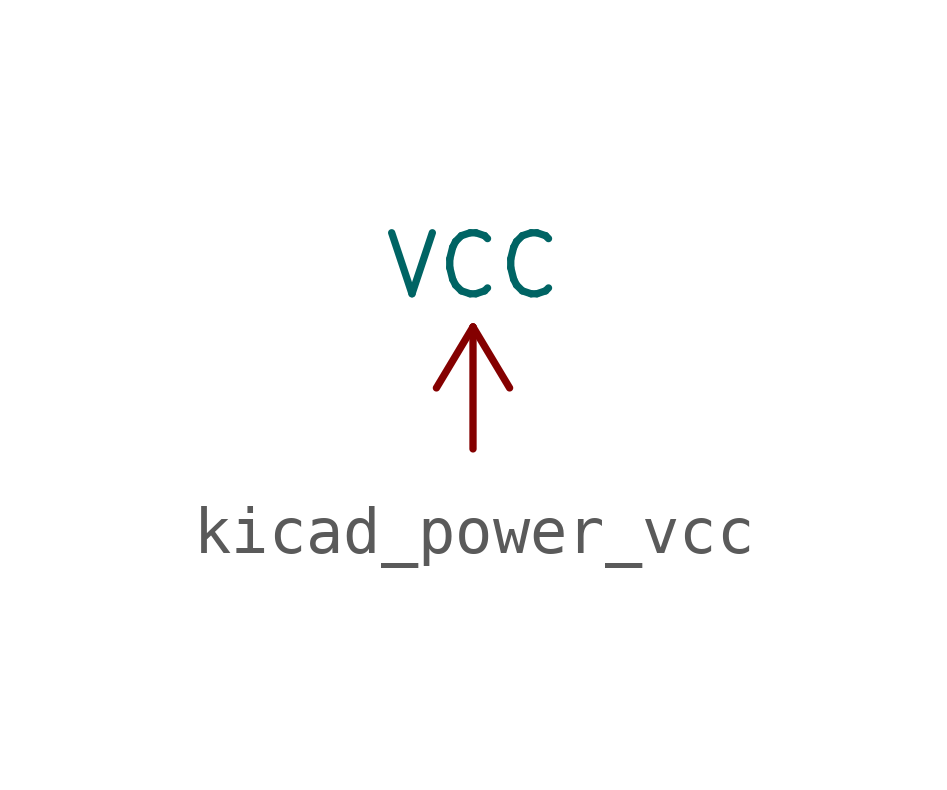
<source format=kicad_sym>
(kicad_symbol_lib
  (version 20220914)
  (generator kicad_symbol_editor)
  (symbol "kicad_power_vcc"
    (power)
    (pin_names
      (offset 0))
    (property "Reference" "#PWR"
      (at 0 -3.81 0)
      (effects (font (size 1.27 1.27)) hide))
    (property "Value" "VCC"
      (at 0 3.81 0)
      (effects (font (size 1.27 1.27))))
    (symbol "kicad_power_vcc_0_1"
      (polyline (pts (xy -0.762 1.27) (xy 0 2.54)) (stroke (width 0) (type default)) (fill (type none)))
      (polyline (pts (xy 0 0) (xy 0 2.54)) (stroke (width 0) (type default)) (fill (type none)))
      (polyline (pts (xy 0 2.54) (xy 0.762 1.27)) (stroke (width 0) (type default)) (fill (type none))))
    (symbol "kicad_power_vcc_1_1"
      (pin power_in line (at 0 0 90) (length 0) hide (name "VCC" (effects (font (size 1.27 1.27)))) (number "1" (effects (font (size 1.27 1.27))))))))
</source>
